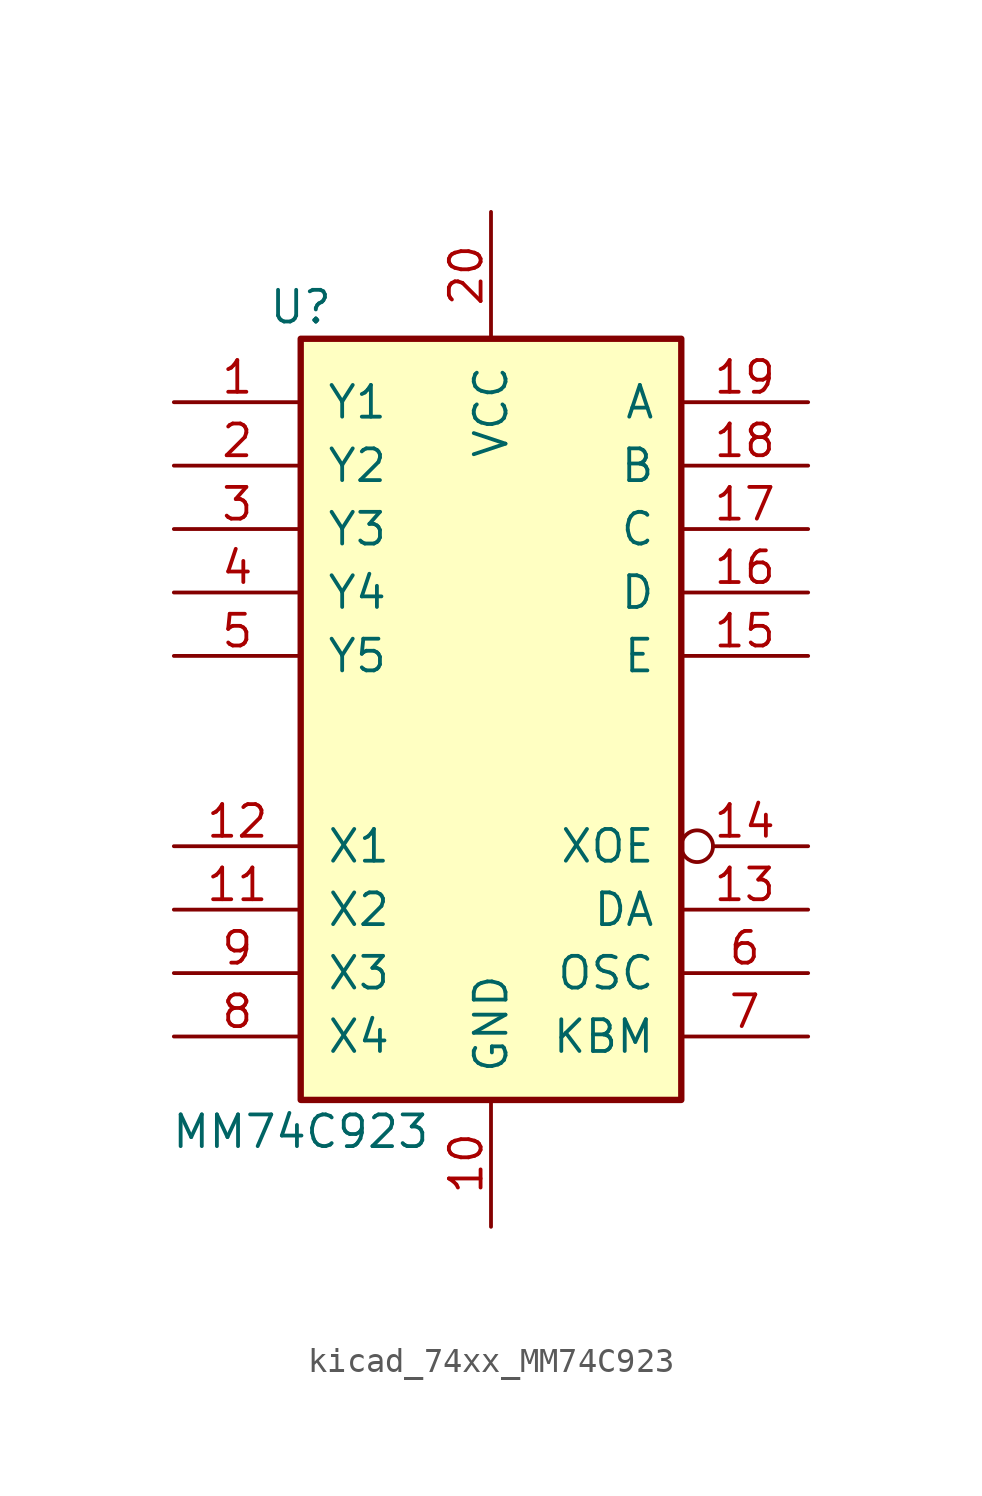
<source format=kicad_sym>
(kicad_symbol_lib
  (version 20220914)
  (generator kicad_symbol_editor)
  (symbol "kicad_74xx_MM74C923"
    (pin_names
      (offset 1.016))
    (property "Reference" "U"
      (at -7.62 16.51 0)
      (effects (font (size 1.27 1.27))))
    (property "Value" "MM74C923"
      (at -7.62 -16.51 0)
      (effects (font (size 1.27 1.27))))
    (property "ki_locked" ""
      (at 0 0 0)
      (effects (font (size 1.27 1.27))))
    (symbol "kicad_74xx_MM74C923_1_0"
      (pin input line (at -12.7 12.7 0) (length 5.08) (name "Y1" (effects (font (size 1.27 1.27)))) (number "1" (effects (font (size 1.27 1.27)))))
      (pin power_in line (at 0 -20.32 90) (length 5.08) (name "GND" (effects (font (size 1.27 1.27)))) (number "10" (effects (font (size 1.27 1.27)))))
      (pin output line (at -12.7 -7.62 0) (length 5.08) (name "X2" (effects (font (size 1.27 1.27)))) (number "11" (effects (font (size 1.27 1.27)))))
      (pin output line (at -12.7 -5.08 0) (length 5.08) (name "X1" (effects (font (size 1.27 1.27)))) (number "12" (effects (font (size 1.27 1.27)))))
      (pin output line (at 12.7 -7.62 180) (length 5.08) (name "DA" (effects (font (size 1.27 1.27)))) (number "13" (effects (font (size 1.27 1.27)))))
      (pin input inverted (at 12.7 -5.08 180) (length 5.08) (name "XOE" (effects (font (size 1.27 1.27)))) (number "14" (effects (font (size 1.27 1.27)))))
      (pin tri_state line (at 12.7 2.54 180) (length 5.08) (name "E" (effects (font (size 1.27 1.27)))) (number "15" (effects (font (size 1.27 1.27)))))
      (pin tri_state line (at 12.7 5.08 180) (length 5.08) (name "D" (effects (font (size 1.27 1.27)))) (number "16" (effects (font (size 1.27 1.27)))))
      (pin tri_state line (at 12.7 7.62 180) (length 5.08) (name "C" (effects (font (size 1.27 1.27)))) (number "17" (effects (font (size 1.27 1.27)))))
      (pin tri_state line (at 12.7 10.16 180) (length 5.08) (name "B" (effects (font (size 1.27 1.27)))) (number "18" (effects (font (size 1.27 1.27)))))
      (pin tri_state line (at 12.7 12.7 180) (length 5.08) (name "A" (effects (font (size 1.27 1.27)))) (number "19" (effects (font (size 1.27 1.27)))))
      (pin input line (at -12.7 10.16 0) (length 5.08) (name "Y2" (effects (font (size 1.27 1.27)))) (number "2" (effects (font (size 1.27 1.27)))))
      (pin power_in line (at 0 20.32 270) (length 5.08) (name "VCC" (effects (font (size 1.27 1.27)))) (number "20" (effects (font (size 1.27 1.27)))))
      (pin input line (at -12.7 7.62 0) (length 5.08) (name "Y3" (effects (font (size 1.27 1.27)))) (number "3" (effects (font (size 1.27 1.27)))))
      (pin input line (at -12.7 5.08 0) (length 5.08) (name "Y4" (effects (font (size 1.27 1.27)))) (number "4" (effects (font (size 1.27 1.27)))))
      (pin input line (at -12.7 2.54 0) (length 5.08) (name "Y5" (effects (font (size 1.27 1.27)))) (number "5" (effects (font (size 1.27 1.27)))))
      (pin input line (at 12.7 -10.16 180) (length 5.08) (name "OSC" (effects (font (size 1.27 1.27)))) (number "6" (effects (font (size 1.27 1.27)))))
      (pin input line (at 12.7 -12.7 180) (length 5.08) (name "KBM" (effects (font (size 1.27 1.27)))) (number "7" (effects (font (size 1.27 1.27)))))
      (pin output line (at -12.7 -12.7 0) (length 5.08) (name "X4" (effects (font (size 1.27 1.27)))) (number "8" (effects (font (size 1.27 1.27)))))
      (pin output line (at -12.7 -10.16 0) (length 5.08) (name "X3" (effects (font (size 1.27 1.27)))) (number "9" (effects (font (size 1.27 1.27))))))
    (symbol "kicad_74xx_MM74C923_1_1"
      (rectangle (start -7.62 15.24) (end 7.62 -15.24) (stroke (width 0.254) (type default)) (fill (type background))))))
</source>
